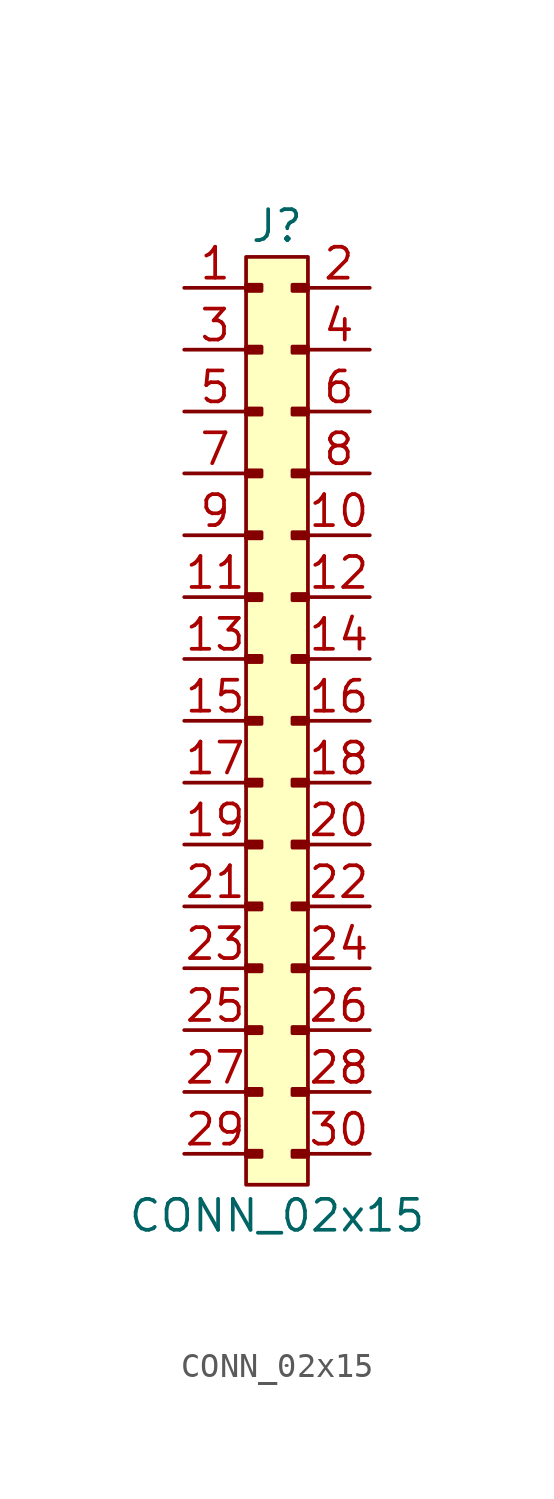
<source format=kicad_sym>
(kicad_symbol_lib
  (version 20211014)
  (generator agg_kicad.build_lib_connector)
  (symbol "CONN_02x15"
    (pin_names hide)
    (property Reference J
      (at -1.27 2.54 0)
      (effects (font (size 1.27 1.27))))
    (property Value "CONN_02x15"
      (at -1.27 -38.1 0)
      (effects (font (size 1.27 1.27))))
    (rectangle
      (start 0 -36.83)
      (end -2.54 1.27)
      (stroke (width 0) (type default) (color 0 0 0 0))
      (fill (type background)))
    (rectangle
      (start 0 0.127)
      (end -0.635 -0.127)
      (stroke (width 0) (type default) (color 0 0 0 0))
      (fill (type outline)))
    (rectangle
      (start -2.54 0.127)
      (end -1.905 -0.127)
      (stroke (width 0) (type default) (color 0 0 0 0))
      (fill (type outline)))
    (rectangle
      (start 0 -2.413)
      (end -0.635 -2.667)
      (stroke (width 0) (type default) (color 0 0 0 0))
      (fill (type outline)))
    (rectangle
      (start -2.54 -2.413)
      (end -1.905 -2.667)
      (stroke (width 0) (type default) (color 0 0 0 0))
      (fill (type outline)))
    (rectangle
      (start 0 -4.953)
      (end -0.635 -5.207)
      (stroke (width 0) (type default) (color 0 0 0 0))
      (fill (type outline)))
    (rectangle
      (start -2.54 -4.953)
      (end -1.905 -5.207)
      (stroke (width 0) (type default) (color 0 0 0 0))
      (fill (type outline)))
    (rectangle
      (start 0 -7.493)
      (end -0.635 -7.747)
      (stroke (width 0) (type default) (color 0 0 0 0))
      (fill (type outline)))
    (rectangle
      (start -2.54 -7.493)
      (end -1.905 -7.747)
      (stroke (width 0) (type default) (color 0 0 0 0))
      (fill (type outline)))
    (rectangle
      (start 0 -10.033)
      (end -0.635 -10.287)
      (stroke (width 0) (type default) (color 0 0 0 0))
      (fill (type outline)))
    (rectangle
      (start -2.54 -10.033)
      (end -1.905 -10.287)
      (stroke (width 0) (type default) (color 0 0 0 0))
      (fill (type outline)))
    (rectangle
      (start 0 -12.573)
      (end -0.635 -12.827)
      (stroke (width 0) (type default) (color 0 0 0 0))
      (fill (type outline)))
    (rectangle
      (start -2.54 -12.573)
      (end -1.905 -12.827)
      (stroke (width 0) (type default) (color 0 0 0 0))
      (fill (type outline)))
    (rectangle
      (start 0 -15.113)
      (end -0.635 -15.367)
      (stroke (width 0) (type default) (color 0 0 0 0))
      (fill (type outline)))
    (rectangle
      (start -2.54 -15.113)
      (end -1.905 -15.367)
      (stroke (width 0) (type default) (color 0 0 0 0))
      (fill (type outline)))
    (rectangle
      (start 0 -17.653)
      (end -0.635 -17.907)
      (stroke (width 0) (type default) (color 0 0 0 0))
      (fill (type outline)))
    (rectangle
      (start -2.54 -17.653)
      (end -1.905 -17.907)
      (stroke (width 0) (type default) (color 0 0 0 0))
      (fill (type outline)))
    (rectangle
      (start 0 -20.193)
      (end -0.635 -20.447)
      (stroke (width 0) (type default) (color 0 0 0 0))
      (fill (type outline)))
    (rectangle
      (start -2.54 -20.193)
      (end -1.905 -20.447)
      (stroke (width 0) (type default) (color 0 0 0 0))
      (fill (type outline)))
    (rectangle
      (start 0 -22.733)
      (end -0.635 -22.987)
      (stroke (width 0) (type default) (color 0 0 0 0))
      (fill (type outline)))
    (rectangle
      (start -2.54 -22.733)
      (end -1.905 -22.987)
      (stroke (width 0) (type default) (color 0 0 0 0))
      (fill (type outline)))
    (rectangle
      (start 0 -25.273)
      (end -0.635 -25.527)
      (stroke (width 0) (type default) (color 0 0 0 0))
      (fill (type outline)))
    (rectangle
      (start -2.54 -25.273)
      (end -1.905 -25.527)
      (stroke (width 0) (type default) (color 0 0 0 0))
      (fill (type outline)))
    (rectangle
      (start 0 -27.813)
      (end -0.635 -28.067)
      (stroke (width 0) (type default) (color 0 0 0 0))
      (fill (type outline)))
    (rectangle
      (start -2.54 -27.813)
      (end -1.905 -28.067)
      (stroke (width 0) (type default) (color 0 0 0 0))
      (fill (type outline)))
    (rectangle
      (start 0 -30.353)
      (end -0.635 -30.607)
      (stroke (width 0) (type default) (color 0 0 0 0))
      (fill (type outline)))
    (rectangle
      (start -2.54 -30.353)
      (end -1.905 -30.607)
      (stroke (width 0) (type default) (color 0 0 0 0))
      (fill (type outline)))
    (rectangle
      (start 0 -32.893)
      (end -0.635 -33.147)
      (stroke (width 0) (type default) (color 0 0 0 0))
      (fill (type outline)))
    (rectangle
      (start -2.54 -32.893)
      (end -1.905 -33.147)
      (stroke (width 0) (type default) (color 0 0 0 0))
      (fill (type outline)))
    (rectangle
      (start 0 -35.433)
      (end -0.635 -35.687)
      (stroke (width 0) (type default) (color 0 0 0 0))
      (fill (type outline)))
    (rectangle
      (start -2.54 -35.433)
      (end -1.905 -35.687)
      (stroke (width 0) (type default) (color 0 0 0 0))
      (fill (type outline)))
    (pin passive line
      (at 2.54 0 180)
      (length 2.54)
      (name "2" (effects (font (size 1.27 1.27))))
      (number "2" (effects (font (size 1.27 1.27)))))
    (pin passive line
      (at -5.08 0 0)
      (length 2.54)
      (name "1" (effects (font (size 1.27 1.27))))
      (number "1" (effects (font (size 1.27 1.27)))))
    (pin passive line
      (at 2.54 -2.54 180)
      (length 2.54)
      (name "4" (effects (font (size 1.27 1.27))))
      (number "4" (effects (font (size 1.27 1.27)))))
    (pin passive line
      (at -5.08 -2.54 0)
      (length 2.54)
      (name "3" (effects (font (size 1.27 1.27))))
      (number "3" (effects (font (size 1.27 1.27)))))
    (pin passive line
      (at 2.54 -5.08 180)
      (length 2.54)
      (name "6" (effects (font (size 1.27 1.27))))
      (number "6" (effects (font (size 1.27 1.27)))))
    (pin passive line
      (at -5.08 -5.08 0)
      (length 2.54)
      (name "5" (effects (font (size 1.27 1.27))))
      (number "5" (effects (font (size 1.27 1.27)))))
    (pin passive line
      (at 2.54 -7.62 180)
      (length 2.54)
      (name "8" (effects (font (size 1.27 1.27))))
      (number "8" (effects (font (size 1.27 1.27)))))
    (pin passive line
      (at -5.08 -7.62 0)
      (length 2.54)
      (name "7" (effects (font (size 1.27 1.27))))
      (number "7" (effects (font (size 1.27 1.27)))))
    (pin passive line
      (at 2.54 -10.16 180)
      (length 2.54)
      (name "10" (effects (font (size 1.27 1.27))))
      (number "10" (effects (font (size 1.27 1.27)))))
    (pin passive line
      (at -5.08 -10.16 0)
      (length 2.54)
      (name "9" (effects (font (size 1.27 1.27))))
      (number "9" (effects (font (size 1.27 1.27)))))
    (pin passive line
      (at 2.54 -12.7 180)
      (length 2.54)
      (name "12" (effects (font (size 1.27 1.27))))
      (number "12" (effects (font (size 1.27 1.27)))))
    (pin passive line
      (at -5.08 -12.7 0)
      (length 2.54)
      (name "11" (effects (font (size 1.27 1.27))))
      (number "11" (effects (font (size 1.27 1.27)))))
    (pin passive line
      (at 2.54 -15.24 180)
      (length 2.54)
      (name "14" (effects (font (size 1.27 1.27))))
      (number "14" (effects (font (size 1.27 1.27)))))
    (pin passive line
      (at -5.08 -15.24 0)
      (length 2.54)
      (name "13" (effects (font (size 1.27 1.27))))
      (number "13" (effects (font (size 1.27 1.27)))))
    (pin passive line
      (at 2.54 -17.78 180)
      (length 2.54)
      (name "16" (effects (font (size 1.27 1.27))))
      (number "16" (effects (font (size 1.27 1.27)))))
    (pin passive line
      (at -5.08 -17.78 0)
      (length 2.54)
      (name "15" (effects (font (size 1.27 1.27))))
      (number "15" (effects (font (size 1.27 1.27)))))
    (pin passive line
      (at 2.54 -20.32 180)
      (length 2.54)
      (name "18" (effects (font (size 1.27 1.27))))
      (number "18" (effects (font (size 1.27 1.27)))))
    (pin passive line
      (at -5.08 -20.32 0)
      (length 2.54)
      (name "17" (effects (font (size 1.27 1.27))))
      (number "17" (effects (font (size 1.27 1.27)))))
    (pin passive line
      (at 2.54 -22.86 180)
      (length 2.54)
      (name "20" (effects (font (size 1.27 1.27))))
      (number "20" (effects (font (size 1.27 1.27)))))
    (pin passive line
      (at -5.08 -22.86 0)
      (length 2.54)
      (name "19" (effects (font (size 1.27 1.27))))
      (number "19" (effects (font (size 1.27 1.27)))))
    (pin passive line
      (at 2.54 -25.4 180)
      (length 2.54)
      (name "22" (effects (font (size 1.27 1.27))))
      (number "22" (effects (font (size 1.27 1.27)))))
    (pin passive line
      (at -5.08 -25.4 0)
      (length 2.54)
      (name "21" (effects (font (size 1.27 1.27))))
      (number "21" (effects (font (size 1.27 1.27)))))
    (pin passive line
      (at 2.54 -27.94 180)
      (length 2.54)
      (name "24" (effects (font (size 1.27 1.27))))
      (number "24" (effects (font (size 1.27 1.27)))))
    (pin passive line
      (at -5.08 -27.94 0)
      (length 2.54)
      (name "23" (effects (font (size 1.27 1.27))))
      (number "23" (effects (font (size 1.27 1.27)))))
    (pin passive line
      (at 2.54 -30.48 180)
      (length 2.54)
      (name "26" (effects (font (size 1.27 1.27))))
      (number "26" (effects (font (size 1.27 1.27)))))
    (pin passive line
      (at -5.08 -30.48 0)
      (length 2.54)
      (name "25" (effects (font (size 1.27 1.27))))
      (number "25" (effects (font (size 1.27 1.27)))))
    (pin passive line
      (at 2.54 -33.02 180)
      (length 2.54)
      (name "28" (effects (font (size 1.27 1.27))))
      (number "28" (effects (font (size 1.27 1.27)))))
    (pin passive line
      (at -5.08 -33.02 0)
      (length 2.54)
      (name "27" (effects (font (size 1.27 1.27))))
      (number "27" (effects (font (size 1.27 1.27)))))
    (pin passive line
      (at 2.54 -35.56 180)
      (length 2.54)
      (name "30" (effects (font (size 1.27 1.27))))
      (number "30" (effects (font (size 1.27 1.27)))))
    (pin passive line
      (at -5.08 -35.56 0)
      (length 2.54)
      (name "29" (effects (font (size 1.27 1.27))))
      (number "29" (effects (font (size 1.27 1.27)))))))
</source>
